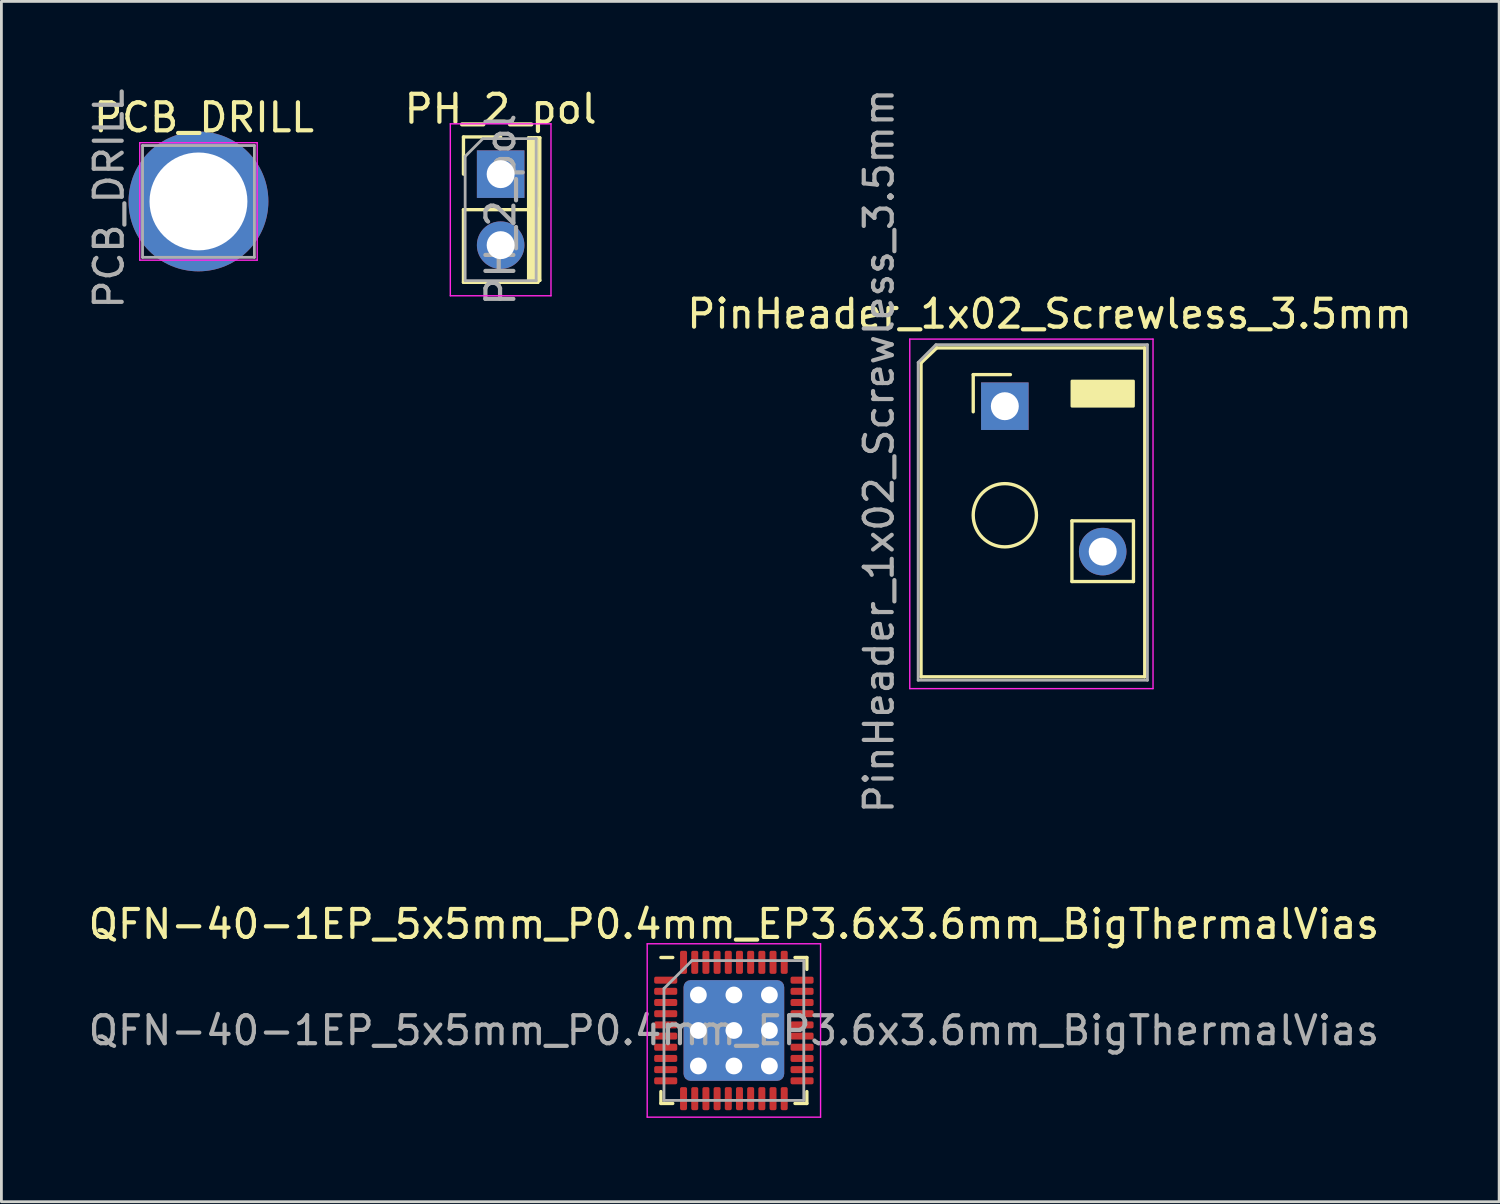
<source format=kicad_pcb>
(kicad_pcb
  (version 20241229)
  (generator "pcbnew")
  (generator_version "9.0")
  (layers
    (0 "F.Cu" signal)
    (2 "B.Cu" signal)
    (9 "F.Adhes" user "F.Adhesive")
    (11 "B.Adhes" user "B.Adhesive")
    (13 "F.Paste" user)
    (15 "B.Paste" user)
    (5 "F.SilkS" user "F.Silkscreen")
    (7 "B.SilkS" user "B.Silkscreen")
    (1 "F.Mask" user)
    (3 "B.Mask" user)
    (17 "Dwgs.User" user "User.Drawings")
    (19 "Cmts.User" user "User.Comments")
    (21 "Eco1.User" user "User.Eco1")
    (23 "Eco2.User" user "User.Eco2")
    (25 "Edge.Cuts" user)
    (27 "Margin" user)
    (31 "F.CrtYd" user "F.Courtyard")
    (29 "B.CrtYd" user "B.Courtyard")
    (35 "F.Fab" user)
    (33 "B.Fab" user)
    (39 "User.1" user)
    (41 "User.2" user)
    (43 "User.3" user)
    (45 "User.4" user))
  (footprint "PH_2_pol"
    (layer "F.Cu")
    (at 14.855 3.178)
    (property "Reference" "PH_2_pol" (at 0 -2.33 0) (layer "F.SilkS") (effects (font (size 1 1) (thickness 0.15))))
    (attr through_hole)
    (fp_line (start -1.33 -1.33) (end 0 -1.33) (stroke (width 0.12) (type solid)) (layer "F.SilkS"))
    (fp_line (start -1.33 0) (end -1.33 -1.33) (stroke (width 0.12) (type solid)) (layer "F.SilkS"))
    (fp_line (start -1.33 1.27) (end -1.33 3.87) (stroke (width 0.12) (type solid)) (layer "F.SilkS"))
    (fp_line (start -1.33 1.27) (end 1.33 1.27) (stroke (width 0.12) (type solid)) (layer "F.SilkS"))
    (fp_line (start -1.33 3.87) (end 1.33 3.87) (stroke (width 0.12) (type solid)) (layer "F.SilkS"))
    (fp_line (start 1 -1.3) (end 1 3.8) (stroke (width 0.12) (type solid)) (layer "F.SilkS"))
    (fp_line (start 1 3.8) (end 1.3 3.8) (stroke (width 0.12) (type solid)) (layer "F.SilkS"))
    (fp_line (start 1.1 -1.3) (end 1 -1.3) (stroke (width 0.12) (type solid)) (layer "F.SilkS"))
    (fp_line (start 1.1 -1.3) (end 1.4 -1.3) (stroke (width 0.12) (type solid)) (layer "F.SilkS"))
    (fp_line (start 1.1 3.8) (end 1.1 -1.3) (stroke (width 0.12) (type solid)) (layer "F.SilkS"))
    (fp_line (start 1.2 -1.3) (end 1.3 -1.3) (stroke (width 0.12) (type solid)) (layer "F.SilkS"))
    (fp_line (start 1.2 3.8) (end 1.2 -1.3) (stroke (width 0.12) (type solid)) (layer "F.SilkS"))
    (fp_line (start 1.3 -1.3) (end 1.3 1.3) (stroke (width 0.12) (type solid)) (layer "F.SilkS"))
    (fp_line (start 1.3 1.3) (end 1.2 1.6) (stroke (width 0.12) (type solid)) (layer "F.SilkS"))
    (fp_line (start 1.3 3.8) (end 1.3 1.2) (stroke (width 0.12) (type solid)) (layer "F.SilkS"))
    (fp_line (start 1.33 1.27) (end 1.33 3.87) (stroke (width 0.12) (type solid)) (layer "F.SilkS"))
    (fp_line (start 1.4 -1.3) (end 1.4 3.8) (stroke (width 0.12) (type solid)) (layer "F.SilkS"))
    (fp_line (start 1.4 3.8) (end 1.2 3.8) (stroke (width 0.12) (type solid)) (layer "F.SilkS"))
    (fp_line (start -1.8 -1.8) (end -1.8 4.35) (stroke (width 0.05) (type solid)) (layer "F.CrtYd"))
    (fp_line (start -1.8 4.35) (end 1.8 4.35) (stroke (width 0.05) (type solid)) (layer "F.CrtYd"))
    (fp_line (start 1.8 -1.8) (end -1.8 -1.8) (stroke (width 0.05) (type solid)) (layer "F.CrtYd"))
    (fp_line (start 1.8 4.35) (end 1.8 -1.8) (stroke (width 0.05) (type solid)) (layer "F.CrtYd"))
    (fp_line (start -1.27 -0.635) (end -0.635 -1.27) (stroke (width 0.1) (type solid)) (layer "F.Fab"))
    (fp_line (start -1.27 3.81) (end -1.27 -0.635) (stroke (width 0.1) (type solid)) (layer "F.Fab"))
    (fp_line (start -0.635 -1.27) (end 1.27 -1.27) (stroke (width 0.1) (type solid)) (layer "F.Fab"))
    (fp_line (start 1.27 -1.27) (end 1.27 3.81) (stroke (width 0.1) (type solid)) (layer "F.Fab"))
    (fp_line (start 1.27 3.81) (end -1.27 3.81) (stroke (width 0.1) (type solid)) (layer "F.Fab"))
    (fp_text user "${REFERENCE}" (at 0 1.27 90) (layer "F.Fab") (effects (font (size 1 1) (thickness 0.15))))
    (pad "1" thru_hole rect (at 0 0) (size 1.7 1.7) (drill 1) (layers "*.Cu" "*.Mask"))
    (pad "2" thru_hole oval (at 0 2.54) (size 1.7 1.7) (drill 1) (layers "*.Cu" "*.Mask")))
  (footprint "PinHeader_1x02_Screwless_3.5mm"
    (layer "F.Cu")
    (at 32.886 11.477)
    (property "Reference" "PinHeader_1x02_Screwless_3.5mm" (at 1.6 -3.3 0) (layer "F.SilkS") (effects (font (size 1 1) (thickness 0.15))))
    (attr through_hole)
    (fp_line (start -2.997 -1.549) (end -2.438 -2.083) (stroke (width 0.12) (type solid)) (layer "F.SilkS"))
    (fp_line (start -2.997 9.677) (end -2.997 -1.549) (stroke (width 0.12) (type solid)) (layer "F.SilkS"))
    (fp_line (start -2.438 -2.083) (end 5.004 -2.083) (stroke (width 0.12) (type solid)) (layer "F.SilkS"))
    (fp_line (start -1.13 -1.13) (end 0.2 -1.13) (stroke (width 0.12) (type solid)) (layer "F.SilkS"))
    (fp_line (start -1.13 0.2) (end -1.13 -1.13) (stroke (width 0.12) (type solid)) (layer "F.SilkS"))
    (fp_line (start 2.4 4.1) (end 2.4 6.27) (stroke (width 0.12) (type solid)) (layer "F.SilkS"))
    (fp_line (start 2.4 4.1) (end 4.6 4.1) (stroke (width 0.12) (type solid)) (layer "F.SilkS"))
    (fp_line (start 2.4 6.27) (end 4.6 6.27) (stroke (width 0.12) (type solid)) (layer "F.SilkS"))
    (fp_line (start 4.6 4.1) (end 4.6 6.27) (stroke (width 0.12) (type solid)) (layer "F.SilkS"))
    (fp_line (start 5.004 -2.083) (end 5.004 9.677) (stroke (width 0.12) (type solid)) (layer "F.SilkS"))
    (fp_line (start 5.004 9.677) (end -2.997 9.677) (stroke (width 0.12) (type solid)) (layer "F.SilkS"))
    (fp_circle (center 0 3.9) (end 1.131 3.9) (stroke (width 0.12) (type solid)) (fill no) (layer "F.SilkS"))
    (fp_poly (pts (xy 4.6 0) (xy 2.4 0) (xy 2.4 -0.9) (xy 4.6 -0.9)) (stroke (width 0.1) (type solid)) (fill yes) (layer "F.SilkS"))
    (fp_line (start -3.4 -2.4) (end -3.4 10.1) (stroke (width 0.05) (type solid)) (layer "F.CrtYd"))
    (fp_line (start -3.4 10.1) (end 5.3 10.1) (stroke (width 0.05) (type solid)) (layer "F.CrtYd"))
    (fp_line (start 5.3 -2.4) (end -3.4 -2.4) (stroke (width 0.05) (type solid)) (layer "F.CrtYd"))
    (fp_line (start 5.3 10.1) (end 5.3 -2.4) (stroke (width 0.05) (type solid)) (layer "F.CrtYd"))
    (fp_line (start -3.1 -1.565) (end -2.465 -2.2) (stroke (width 0.1) (type solid)) (layer "F.Fab"))
    (fp_line (start -3.1 9.8) (end -3.1 -1.565) (stroke (width 0.1) (type solid)) (layer "F.Fab"))
    (fp_line (start -2.465 -2.2) (end 5.1 -2.2) (stroke (width 0.1) (type solid)) (layer "F.Fab"))
    (fp_line (start 5.1 -2.2) (end 5.1 9.8) (stroke (width 0.1) (type solid)) (layer "F.Fab"))
    (fp_line (start 5.1 9.8) (end -3.1 9.8) (stroke (width 0.1) (type solid)) (layer "F.Fab"))
    (fp_text user "${REFERENCE}" (at -4.5 1.6 90) (layer "F.Fab") (effects (font (size 1 1) (thickness 0.15))))
    (pad "1" thru_hole rect (at 0 0) (size 1.7 1.7) (drill 1) (layers "*.Cu" "*.Mask"))
    (pad "2" thru_hole oval (at 3.5 5.2) (size 1.7 1.7) (drill 1) (layers "*.Cu" "*.Mask")))
  (footprint "PCB_DRILL"
    (layer "F.Cu")
    (at 4.048 4.154)
    (property "Reference" "PCB_DRILL" (at 0.2 -3 0) (layer "F.SilkS") (effects (font (size 1 1) (thickness 0.15))))
    (attr through_hole)
    (fp_line (start -2.1 -2.1) (end -2.1 2.1) (stroke (width 0.05) (type solid)) (layer "F.CrtYd"))
    (fp_line (start -2.1 2.1) (end 2.1 2.1) (stroke (width 0.05) (type solid)) (layer "F.CrtYd"))
    (fp_line (start 2.1 -2.1) (end -2.1 -2.1) (stroke (width 0.05) (type solid)) (layer "F.CrtYd"))
    (fp_line (start 2.1 2.1) (end 2.1 -2.1) (stroke (width 0.05) (type solid)) (layer "F.CrtYd"))
    (fp_line (start -2 2) (end -2 -2) (stroke (width 0.1) (type solid)) (layer "F.Fab"))
    (fp_line (start -1.27 -0.635) (end -0.635 -1.27) (stroke (width 0.1) (type solid)) (layer "F.Fab"))
    (fp_line (start 2 -2) (end -2 -2) (stroke (width 0.1) (type solid)) (layer "F.Fab"))
    (fp_line (start 2 2) (end -2 2) (stroke (width 0.1) (type solid)) (layer "F.Fab"))
    (fp_line (start 2 2) (end 2 -2) (stroke (width 0.1) (type solid)) (layer "F.Fab"))
    (fp_text user "${REFERENCE}" (at -3.2 -0.1 90) (layer "F.Fab") (effects (font (size 1 1) (thickness 0.15))))
    (pad "1" thru_hole circle (at 0 0) (size 5 5) (drill 3.5) (layers "*.Cu" "*.Mask")))
  (footprint "QFN-40-1EP_5x5mm_P0.4mm_EP3.6x3.6mm_BigThermalVias"
    (layer "F.Cu")
    (at 23.196 33.803)
    (property "Reference" "QFN-40-1EP_5x5mm_P0.4mm_EP3.6x3.6mm_BigThermalVias" (at 0 -3.8 0) (layer "F.SilkS") (effects (font (size 1 1) (thickness 0.15))))
    (attr smd)
    (fp_line (start -2.61 2.61) (end -2.61 2.185) (stroke (width 0.12) (type solid)) (layer "F.SilkS"))
    (fp_line (start -2.185 -2.61) (end -2.61 -2.61) (stroke (width 0.12) (type solid)) (layer "F.SilkS"))
    (fp_line (start -2.185 2.61) (end -2.61 2.61) (stroke (width 0.12) (type solid)) (layer "F.SilkS"))
    (fp_line (start 2.185 -2.61) (end 2.61 -2.61) (stroke (width 0.12) (type solid)) (layer "F.SilkS"))
    (fp_line (start 2.185 2.61) (end 2.61 2.61) (stroke (width 0.12) (type solid)) (layer "F.SilkS"))
    (fp_line (start 2.61 -2.61) (end 2.61 -2.185) (stroke (width 0.12) (type solid)) (layer "F.SilkS"))
    (fp_line (start 2.61 2.61) (end 2.61 2.185) (stroke (width 0.12) (type solid)) (layer "F.SilkS"))
    (fp_line (start -3.1 -3.1) (end -3.1 3.1) (stroke (width 0.05) (type solid)) (layer "F.CrtYd"))
    (fp_line (start -3.1 3.1) (end 3.1 3.1) (stroke (width 0.05) (type solid)) (layer "F.CrtYd"))
    (fp_line (start 3.1 -3.1) (end -3.1 -3.1) (stroke (width 0.05) (type solid)) (layer "F.CrtYd"))
    (fp_line (start 3.1 3.1) (end 3.1 -3.1) (stroke (width 0.05) (type solid)) (layer "F.CrtYd"))
    (fp_line (start -2.5 -1.5) (end -1.5 -2.5) (stroke (width 0.1) (type solid)) (layer "F.Fab"))
    (fp_line (start -2.5 2.5) (end -2.5 -1.5) (stroke (width 0.1) (type solid)) (layer "F.Fab"))
    (fp_line (start -1.5 -2.5) (end 2.5 -2.5) (stroke (width 0.1) (type solid)) (layer "F.Fab"))
    (fp_line (start 2.5 -2.5) (end 2.5 2.5) (stroke (width 0.1) (type solid)) (layer "F.Fab"))
    (fp_line (start 2.5 2.5) (end -2.5 2.5) (stroke (width 0.1) (type solid)) (layer "F.Fab"))
    (fp_text user "${REFERENCE}" (at 0 0 0) (layer "F.Fab") (effects (font (size 1 1) (thickness 0.15))))
    (pad "" smd custom (at -1.033 -1.033) (size 0.803 0.803) (layers "F.Paste") (options (anchor circle)) (primitives (gr_poly (pts (xy -0.338 -0.233) (xy -0.233 -0.338) (xy 0.233 -0.338) (xy 0.338 -0.233) (xy 0.338 0.233) (xy 0.233 0.338) (xy -0.233 0.338) (xy -0.338 0.233)) (width 0.253) (fill yes))))
    (pad "" smd custom (at -1.033 0) (size 0.803 0.803) (layers "F.Paste") (options (anchor circle)) (primitives (gr_poly (pts (xy -0.338 -0.233) (xy -0.233 -0.338) (xy 0.233 -0.338) (xy 0.338 -0.233) (xy 0.338 0.233) (xy 0.233 0.338) (xy -0.233 0.338) (xy -0.338 0.233)) (width 0.253) (fill yes))))
    (pad "" smd custom (at -1.033 1.033) (size 0.803 0.803) (layers "F.Paste") (options (anchor circle)) (primitives (gr_poly (pts (xy -0.338 -0.233) (xy -0.233 -0.338) (xy 0.233 -0.338) (xy 0.338 -0.233) (xy 0.338 0.233) (xy 0.233 0.338) (xy -0.233 0.338) (xy -0.338 0.233)) (width 0.253) (fill yes))))
    (pad "" smd custom (at 0 -1.033) (size 0.803 0.803) (layers "F.Paste") (options (anchor circle)) (primitives (gr_poly (pts (xy -0.338 -0.233) (xy -0.233 -0.338) (xy 0.233 -0.338) (xy 0.338 -0.233) (xy 0.338 0.233) (xy 0.233 0.338) (xy -0.233 0.338) (xy -0.338 0.233)) (width 0.253) (fill yes))))
    (pad "" smd custom (at 0 0) (size 0.803 0.803) (layers "F.Paste") (options (anchor circle)) (primitives (gr_poly (pts (xy -0.338 -0.233) (xy -0.233 -0.338) (xy 0.233 -0.338) (xy 0.338 -0.233) (xy 0.338 0.233) (xy 0.233 0.338) (xy -0.233 0.338) (xy -0.338 0.233)) (width 0.253) (fill yes))))
    (pad "" smd custom (at 0 1.033) (size 0.803 0.803) (layers "F.Paste") (options (anchor circle)) (primitives (gr_poly (pts (xy -0.338 -0.233) (xy -0.233 -0.338) (xy 0.233 -0.338) (xy 0.338 -0.233) (xy 0.338 0.233) (xy 0.233 0.338) (xy -0.233 0.338) (xy -0.338 0.233)) (width 0.253) (fill yes))))
    (pad "" smd custom (at 1.033 -1.033) (size 0.803 0.803) (layers "F.Paste") (options (anchor circle)) (primitives (gr_poly (pts (xy -0.338 -0.233) (xy -0.233 -0.338) (xy 0.233 -0.338) (xy 0.338 -0.233) (xy 0.338 0.233) (xy 0.233 0.338) (xy -0.233 0.338) (xy -0.338 0.233)) (width 0.253) (fill yes))))
    (pad "" smd custom (at 1.033 0) (size 0.803 0.803) (layers "F.Paste") (options (anchor circle)) (primitives (gr_poly (pts (xy -0.338 -0.233) (xy -0.233 -0.338) (xy 0.233 -0.338) (xy 0.338 -0.233) (xy 0.338 0.233) (xy 0.233 0.338) (xy -0.233 0.338) (xy -0.338 0.233)) (width 0.253) (fill yes))))
    (pad "" smd custom (at 1.033 1.033) (size 0.803 0.803) (layers "F.Paste") (options (anchor circle)) (primitives (gr_poly (pts (xy -0.338 -0.233) (xy -0.233 -0.338) (xy 0.233 -0.338) (xy 0.338 -0.233) (xy 0.338 0.233) (xy 0.233 0.338) (xy -0.233 0.338) (xy -0.338 0.233)) (width 0.253) (fill yes))))
    (pad "1" smd roundrect (at -2.438 -1.8) (size 0.825 0.25) (layers "F.Cu" "F.Mask" "F.Paste") (roundrect_rratio 0.25))
    (pad "2" smd roundrect (at -2.438 -1.4) (size 0.825 0.25) (layers "F.Cu" "F.Mask" "F.Paste") (roundrect_rratio 0.25))
    (pad "3" smd roundrect (at -2.438 -1) (size 0.825 0.25) (layers "F.Cu" "F.Mask" "F.Paste") (roundrect_rratio 0.25))
    (pad "4" smd roundrect (at -2.438 -0.6) (size 0.825 0.25) (layers "F.Cu" "F.Mask" "F.Paste") (roundrect_rratio 0.25))
    (pad "5" smd roundrect (at -2.438 -0.2) (size 0.825 0.25) (layers "F.Cu" "F.Mask" "F.Paste") (roundrect_rratio 0.25))
    (pad "6" smd roundrect (at -2.438 0.2) (size 0.825 0.25) (layers "F.Cu" "F.Mask" "F.Paste") (roundrect_rratio 0.25))
    (pad "7" smd roundrect (at -2.438 0.6) (size 0.825 0.25) (layers "F.Cu" "F.Mask" "F.Paste") (roundrect_rratio 0.25))
    (pad "8" smd roundrect (at -2.438 1) (size 0.825 0.25) (layers "F.Cu" "F.Mask" "F.Paste") (roundrect_rratio 0.25))
    (pad "9" smd roundrect (at -2.438 1.4) (size 0.825 0.25) (layers "F.Cu" "F.Mask" "F.Paste") (roundrect_rratio 0.25))
    (pad "10" smd roundrect (at -2.438 1.8) (size 0.825 0.25) (layers "F.Cu" "F.Mask" "F.Paste") (roundrect_rratio 0.25))
    (pad "11" smd roundrect (at -1.8 2.438) (size 0.25 0.825) (layers "F.Cu" "F.Mask" "F.Paste") (roundrect_rratio 0.25))
    (pad "12" smd roundrect (at -1.4 2.438) (size 0.25 0.825) (layers "F.Cu" "F.Mask" "F.Paste") (roundrect_rratio 0.25))
    (pad "13" smd roundrect (at -1 2.438) (size 0.25 0.825) (layers "F.Cu" "F.Mask" "F.Paste") (roundrect_rratio 0.25))
    (pad "14" smd roundrect (at -0.6 2.438) (size 0.25 0.825) (layers "F.Cu" "F.Mask" "F.Paste") (roundrect_rratio 0.25))
    (pad "15" smd roundrect (at -0.2 2.438) (size 0.25 0.825) (layers "F.Cu" "F.Mask" "F.Paste") (roundrect_rratio 0.25))
    (pad "16" smd roundrect (at 0.2 2.438) (size 0.25 0.825) (layers "F.Cu" "F.Mask" "F.Paste") (roundrect_rratio 0.25))
    (pad "17" smd roundrect (at 0.6 2.438) (size 0.25 0.825) (layers "F.Cu" "F.Mask" "F.Paste") (roundrect_rratio 0.25))
    (pad "18" smd roundrect (at 1 2.438) (size 0.25 0.825) (layers "F.Cu" "F.Mask" "F.Paste") (roundrect_rratio 0.25))
    (pad "19" smd roundrect (at 1.4 2.438) (size 0.25 0.825) (layers "F.Cu" "F.Mask" "F.Paste") (roundrect_rratio 0.25))
    (pad "20" smd roundrect (at 1.8 2.438) (size 0.25 0.825) (layers "F.Cu" "F.Mask" "F.Paste") (roundrect_rratio 0.25))
    (pad "21" smd roundrect (at 2.438 1.8) (size 0.825 0.25) (layers "F.Cu" "F.Mask" "F.Paste") (roundrect_rratio 0.25))
    (pad "22" smd roundrect (at 2.438 1.4) (size 0.825 0.25) (layers "F.Cu" "F.Mask" "F.Paste") (roundrect_rratio 0.25))
    (pad "23" smd roundrect (at 2.438 1) (size 0.825 0.25) (layers "F.Cu" "F.Mask" "F.Paste") (roundrect_rratio 0.25))
    (pad "24" smd roundrect (at 2.438 0.6) (size 0.825 0.25) (layers "F.Cu" "F.Mask" "F.Paste") (roundrect_rratio 0.25))
    (pad "25" smd roundrect (at 2.438 0.2) (size 0.825 0.25) (layers "F.Cu" "F.Mask" "F.Paste") (roundrect_rratio 0.25))
    (pad "26" smd roundrect (at 2.438 -0.2) (size 0.825 0.25) (layers "F.Cu" "F.Mask" "F.Paste") (roundrect_rratio 0.25))
    (pad "27" smd roundrect (at 2.438 -0.6) (size 0.825 0.25) (layers "F.Cu" "F.Mask" "F.Paste") (roundrect_rratio 0.25))
    (pad "28" smd roundrect (at 2.438 -1) (size 0.825 0.25) (layers "F.Cu" "F.Mask" "F.Paste") (roundrect_rratio 0.25))
    (pad "29" smd roundrect (at 2.438 -1.4) (size 0.825 0.25) (layers "F.Cu" "F.Mask" "F.Paste") (roundrect_rratio 0.25))
    (pad "30" smd roundrect (at 2.438 -1.8) (size 0.825 0.25) (layers "F.Cu" "F.Mask" "F.Paste") (roundrect_rratio 0.25))
    (pad "31" smd roundrect (at 1.8 -2.438) (size 0.25 0.825) (layers "F.Cu" "F.Mask" "F.Paste") (roundrect_rratio 0.25))
    (pad "32" smd roundrect (at 1.4 -2.438) (size 0.25 0.825) (layers "F.Cu" "F.Mask" "F.Paste") (roundrect_rratio 0.25))
    (pad "33" smd roundrect (at 1 -2.438) (size 0.25 0.825) (layers "F.Cu" "F.Mask" "F.Paste") (roundrect_rratio 0.25))
    (pad "34" smd roundrect (at 0.6 -2.438) (size 0.25 0.825) (layers "F.Cu" "F.Mask" "F.Paste") (roundrect_rratio 0.25))
    (pad "35" smd roundrect (at 0.2 -2.438) (size 0.25 0.825) (layers "F.Cu" "F.Mask" "F.Paste") (roundrect_rratio 0.25))
    (pad "36" smd roundrect (at -0.2 -2.438) (size 0.25 0.825) (layers "F.Cu" "F.Mask" "F.Paste") (roundrect_rratio 0.25))
    (pad "37" smd roundrect (at -0.6 -2.438) (size 0.25 0.825) (layers "F.Cu" "F.Mask" "F.Paste") (roundrect_rratio 0.25))
    (pad "38" smd roundrect (at -1 -2.438) (size 0.25 0.825) (layers "F.Cu" "F.Mask" "F.Paste") (roundrect_rratio 0.25))
    (pad "39" smd roundrect (at -1.4 -2.438) (size 0.25 0.825) (layers "F.Cu" "F.Mask" "F.Paste") (roundrect_rratio 0.25))
    (pad "40" smd roundrect (at -1.8 -2.438) (size 0.25 0.825) (layers "F.Cu" "F.Mask" "F.Paste") (roundrect_rratio 0.25))
    (pad "41" thru_hole circle (at -1.27 -1.27) (size 1 1) (drill 0.6) (layers "*.Cu"))
    (pad "41" thru_hole circle (at -1.27 0) (size 1 1) (drill 0.6) (layers "*.Cu"))
    (pad "41" thru_hole circle (at -1.27 1.27) (size 1 1) (drill 0.6) (layers "*.Cu"))
    (pad "41" thru_hole circle (at 0 -1.27) (size 1 1) (drill 0.6) (layers "*.Cu"))
    (pad "41" thru_hole circle (at 0 0) (size 1 1) (drill 0.6) (layers "*.Cu"))
    (pad "41" smd roundrect (at 0 0) (size 3.6 3.6) (layers "F.Cu" "F.Mask") (roundrect_rratio 0.069))
    (pad "41" smd roundrect (at 0 0) (size 3.6 3.6) (layers "B.Cu") (roundrect_rratio 0.069))
    (pad "41" thru_hole circle (at 0 1.27) (size 1 1) (drill 0.6) (layers "*.Cu"))
    (pad "41" thru_hole circle (at 1.27 -1.27) (size 1 1) (drill 0.6) (layers "*.Cu"))
    (pad "41" thru_hole circle (at 1.27 0) (size 1 1) (drill 0.6) (layers "*.Cu"))
    (pad "41" thru_hole circle (at 1.27 1.27) (size 1 1) (drill 0.6) (layers "*.Cu")))
  (gr_rect
    (start -3 -3)
    (end 50.564 39.928)
    (stroke (width 0.1) (type default))
    (fill no)
    (layer "Edge.Cuts")))
</source>
